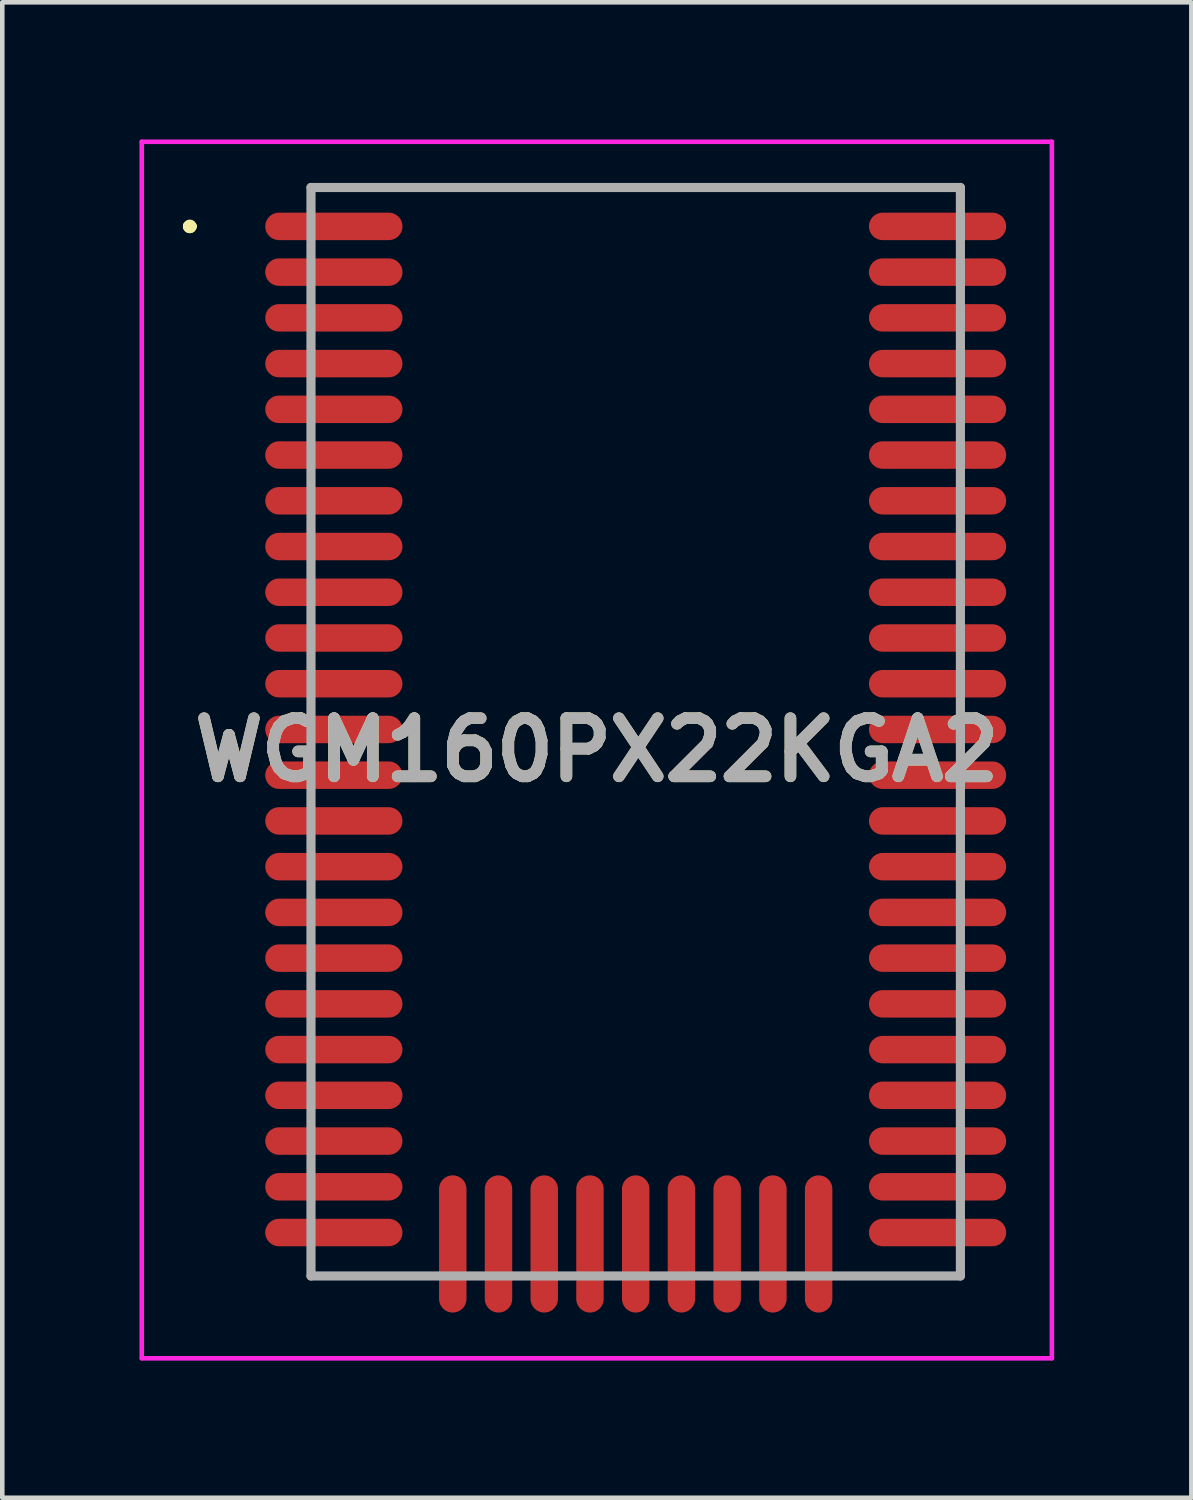
<source format=kicad_pcb>
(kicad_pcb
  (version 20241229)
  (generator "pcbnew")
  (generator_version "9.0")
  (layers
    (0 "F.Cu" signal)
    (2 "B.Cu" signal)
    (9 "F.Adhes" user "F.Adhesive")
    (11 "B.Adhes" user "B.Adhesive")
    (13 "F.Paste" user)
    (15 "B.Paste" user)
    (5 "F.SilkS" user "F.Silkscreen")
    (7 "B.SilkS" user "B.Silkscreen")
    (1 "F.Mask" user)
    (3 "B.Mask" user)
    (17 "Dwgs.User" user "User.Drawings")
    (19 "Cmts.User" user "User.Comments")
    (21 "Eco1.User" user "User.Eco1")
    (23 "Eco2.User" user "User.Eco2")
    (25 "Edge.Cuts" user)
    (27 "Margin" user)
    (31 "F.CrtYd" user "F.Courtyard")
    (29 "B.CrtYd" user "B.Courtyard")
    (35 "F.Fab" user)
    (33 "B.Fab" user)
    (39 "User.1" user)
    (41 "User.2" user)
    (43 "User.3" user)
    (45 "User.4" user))
  (footprint "WGM160PX22KGA2"
    (layer "F.Cu")
    (at 10.85 12.95)
    (property "Reference" "WGM160PX22KGA2" (at -0.85 0.4 0) (layer "F.SilkS") (effects (font (size 1.27 1.27) (thickness 0.254))))
    (attr smd)
    (fp_line (start -9.8 -11.05) (end -9.8 -11.05) (stroke (width 0.2) (type solid)) (layer "F.SilkS"))
    (fp_line (start -9.8 -11.05) (end -9.8 -11.05) (stroke (width 0.2) (type solid)) (layer "F.SilkS"))
    (fp_line (start -9.7 -11.05) (end -9.7 -11.05) (stroke (width 0.2) (type solid)) (layer "F.SilkS"))
    (fp_line (start -7 -11.9) (end -7 -11.9) (stroke (width 0.1) (type solid)) (layer "F.SilkS"))
    (fp_line (start -7 -11.9) (end 7 -11.9) (stroke (width 0.1) (type solid)) (layer "F.SilkS"))
    (fp_line (start 7 -11.9) (end -7 -11.9) (stroke (width 0.1) (type solid)) (layer "F.SilkS"))
    (fp_line (start 7 -11.9) (end 7 -11.9) (stroke (width 0.1) (type solid)) (layer "F.SilkS"))
    (fp_arc (start -9.8 -11.05) (mid -9.75 -11.1) (end -9.7 -11.05) (stroke (width 0.2) (type solid)) (layer "F.SilkS"))
    (fp_arc (start -9.7 -11.05) (mid -9.75 -11) (end -9.8 -11.05) (stroke (width 0.2) (type solid)) (layer "F.SilkS"))
    (fp_arc (start -9.7 -11.05) (mid -9.75 -11) (end -9.8 -11.05) (stroke (width 0.2) (type solid)) (layer "F.SilkS"))
    (fp_line (start -10.8 -12.9) (end 9.1 -12.9) (stroke (width 0.1) (type solid)) (layer "F.CrtYd"))
    (fp_line (start -10.8 13.7) (end -10.8 -12.9) (stroke (width 0.1) (type solid)) (layer "F.CrtYd"))
    (fp_line (start 9.1 -12.9) (end 9.1 13.7) (stroke (width 0.1) (type solid)) (layer "F.CrtYd"))
    (fp_line (start 9.1 13.7) (end -10.8 13.7) (stroke (width 0.1) (type solid)) (layer "F.CrtYd"))
    (fp_line (start -7.1 -11.9) (end -7.1 11.9) (stroke (width 0.2) (type solid)) (layer "F.Fab"))
    (fp_line (start -7.1 11.9) (end 7.1 11.9) (stroke (width 0.2) (type solid)) (layer "F.Fab"))
    (fp_line (start 7.1 -11.9) (end -7.1 -11.9) (stroke (width 0.2) (type solid)) (layer "F.Fab"))
    (fp_line (start 7.1 11.9) (end 7.1 -11.9) (stroke (width 0.2) (type solid)) (layer "F.Fab"))
    (fp_text user "${REFERENCE}" (at -0.85 0.4 0) (layer "F.Fab") (effects (font (size 1.27 1.27) (thickness 0.254))))
    (pad "1" smd oval (at -6.6 -11.05 90) (size 0.6 3) (layers "F.Cu" "F.Mask" "F.Paste"))
    (pad "2" smd oval (at -6.6 -10.05 90) (size 0.6 3) (layers "F.Cu" "F.Mask" "F.Paste"))
    (pad "3" smd oval (at -6.6 -9.05 90) (size 0.6 3) (layers "F.Cu" "F.Mask" "F.Paste"))
    (pad "4" smd oval (at -6.6 -8.05 90) (size 0.6 3) (layers "F.Cu" "F.Mask" "F.Paste"))
    (pad "5" smd oval (at -6.6 -7.05 90) (size 0.6 3) (layers "F.Cu" "F.Mask" "F.Paste"))
    (pad "6" smd oval (at -6.6 -6.05 90) (size 0.6 3) (layers "F.Cu" "F.Mask" "F.Paste"))
    (pad "7" smd oval (at -6.6 -5.05 90) (size 0.6 3) (layers "F.Cu" "F.Mask" "F.Paste"))
    (pad "8" smd oval (at -6.6 -4.05 90) (size 0.6 3) (layers "F.Cu" "F.Mask" "F.Paste"))
    (pad "9" smd oval (at -6.6 -3.05 90) (size 0.6 3) (layers "F.Cu" "F.Mask" "F.Paste"))
    (pad "10" smd oval (at -6.6 -2.05 90) (size 0.6 3) (layers "F.Cu" "F.Mask" "F.Paste"))
    (pad "11" smd oval (at -6.6 -1.05 90) (size 0.6 3) (layers "F.Cu" "F.Mask" "F.Paste"))
    (pad "12" smd oval (at -6.6 -0.05 90) (size 0.6 3) (layers "F.Cu" "F.Mask" "F.Paste"))
    (pad "13" smd oval (at -6.6 0.95 90) (size 0.6 3) (layers "F.Cu" "F.Mask" "F.Paste"))
    (pad "14" smd oval (at -6.6 1.95 90) (size 0.6 3) (layers "F.Cu" "F.Mask" "F.Paste"))
    (pad "15" smd oval (at -6.6 2.95 90) (size 0.6 3) (layers "F.Cu" "F.Mask" "F.Paste"))
    (pad "16" smd oval (at -6.6 3.95 90) (size 0.6 3) (layers "F.Cu" "F.Mask" "F.Paste"))
    (pad "17" smd oval (at -6.6 4.95 90) (size 0.6 3) (layers "F.Cu" "F.Mask" "F.Paste"))
    (pad "18" smd oval (at -6.6 5.95 90) (size 0.6 3) (layers "F.Cu" "F.Mask" "F.Paste"))
    (pad "19" smd oval (at -6.6 6.95 90) (size 0.6 3) (layers "F.Cu" "F.Mask" "F.Paste"))
    (pad "20" smd oval (at -6.6 7.95 90) (size 0.6 3) (layers "F.Cu" "F.Mask" "F.Paste"))
    (pad "21" smd oval (at -6.6 8.95 90) (size 0.6 3) (layers "F.Cu" "F.Mask" "F.Paste"))
    (pad "22" smd oval (at -6.6 9.95 90) (size 0.6 3) (layers "F.Cu" "F.Mask" "F.Paste"))
    (pad "23" smd oval (at -6.6 10.95 90) (size 0.6 3) (layers "F.Cu" "F.Mask" "F.Paste"))
    (pad "24" smd oval (at -4 11.2) (size 0.6 3) (layers "F.Cu" "F.Mask" "F.Paste"))
    (pad "25" smd oval (at -3 11.2) (size 0.6 3) (layers "F.Cu" "F.Mask" "F.Paste"))
    (pad "26" smd oval (at -2 11.2) (size 0.6 3) (layers "F.Cu" "F.Mask" "F.Paste"))
    (pad "27" smd oval (at -1 11.2) (size 0.6 3) (layers "F.Cu" "F.Mask" "F.Paste"))
    (pad "28" smd oval (at 0 11.2) (size 0.6 3) (layers "F.Cu" "F.Mask" "F.Paste"))
    (pad "29" smd oval (at 1 11.2) (size 0.6 3) (layers "F.Cu" "F.Mask" "F.Paste"))
    (pad "30" smd oval (at 2 11.2) (size 0.6 3) (layers "F.Cu" "F.Mask" "F.Paste"))
    (pad "31" smd oval (at 3 11.2) (size 0.6 3) (layers "F.Cu" "F.Mask" "F.Paste"))
    (pad "32" smd oval (at 4 11.2) (size 0.6 3) (layers "F.Cu" "F.Mask" "F.Paste"))
    (pad "33" smd oval (at 6.6 10.95 90) (size 0.6 3) (layers "F.Cu" "F.Mask" "F.Paste"))
    (pad "34" smd oval (at 6.6 9.95 90) (size 0.6 3) (layers "F.Cu" "F.Mask" "F.Paste"))
    (pad "35" smd oval (at 6.6 8.95 90) (size 0.6 3) (layers "F.Cu" "F.Mask" "F.Paste"))
    (pad "36" smd oval (at 6.6 7.95 90) (size 0.6 3) (layers "F.Cu" "F.Mask" "F.Paste"))
    (pad "37" smd oval (at 6.6 6.95 90) (size 0.6 3) (layers "F.Cu" "F.Mask" "F.Paste"))
    (pad "38" smd oval (at 6.6 5.95 90) (size 0.6 3) (layers "F.Cu" "F.Mask" "F.Paste"))
    (pad "39" smd oval (at 6.6 4.95 90) (size 0.6 3) (layers "F.Cu" "F.Mask" "F.Paste"))
    (pad "40" smd oval (at 6.6 3.95 90) (size 0.6 3) (layers "F.Cu" "F.Mask" "F.Paste"))
    (pad "41" smd oval (at 6.6 2.95 90) (size 0.6 3) (layers "F.Cu" "F.Mask" "F.Paste"))
    (pad "42" smd oval (at 6.6 1.95 90) (size 0.6 3) (layers "F.Cu" "F.Mask" "F.Paste"))
    (pad "43" smd oval (at 6.6 0.95 90) (size 0.6 3) (layers "F.Cu" "F.Mask" "F.Paste"))
    (pad "44" smd oval (at 6.6 -0.05 90) (size 0.6 3) (layers "F.Cu" "F.Mask" "F.Paste"))
    (pad "45" smd oval (at 6.6 -1.05 90) (size 0.6 3) (layers "F.Cu" "F.Mask" "F.Paste"))
    (pad "46" smd oval (at 6.6 -2.05 90) (size 0.6 3) (layers "F.Cu" "F.Mask" "F.Paste"))
    (pad "47" smd oval (at 6.6 -3.05 90) (size 0.6 3) (layers "F.Cu" "F.Mask" "F.Paste"))
    (pad "48" smd oval (at 6.6 -4.05 90) (size 0.6 3) (layers "F.Cu" "F.Mask" "F.Paste"))
    (pad "49" smd oval (at 6.6 -5.05 90) (size 0.6 3) (layers "F.Cu" "F.Mask" "F.Paste"))
    (pad "50" smd oval (at 6.6 -6.05 90) (size 0.6 3) (layers "F.Cu" "F.Mask" "F.Paste"))
    (pad "51" smd oval (at 6.6 -7.05 90) (size 0.6 3) (layers "F.Cu" "F.Mask" "F.Paste"))
    (pad "52" smd oval (at 6.6 -8.05 90) (size 0.6 3) (layers "F.Cu" "F.Mask" "F.Paste"))
    (pad "53" smd oval (at 6.6 -9.05 90) (size 0.6 3) (layers "F.Cu" "F.Mask" "F.Paste"))
    (pad "54" smd oval (at 6.6 -10.05 90) (size 0.6 3) (layers "F.Cu" "F.Mask" "F.Paste"))
    (pad "55" smd oval (at 6.6 -11.05 90) (size 0.6 3) (layers "F.Cu" "F.Mask" "F.Paste")))
  (gr_rect
    (start -3 -3)
    (end 23 29.7)
    (stroke (width 0.1) (type default))
    (fill no)
    (layer "Edge.Cuts")))
</source>
